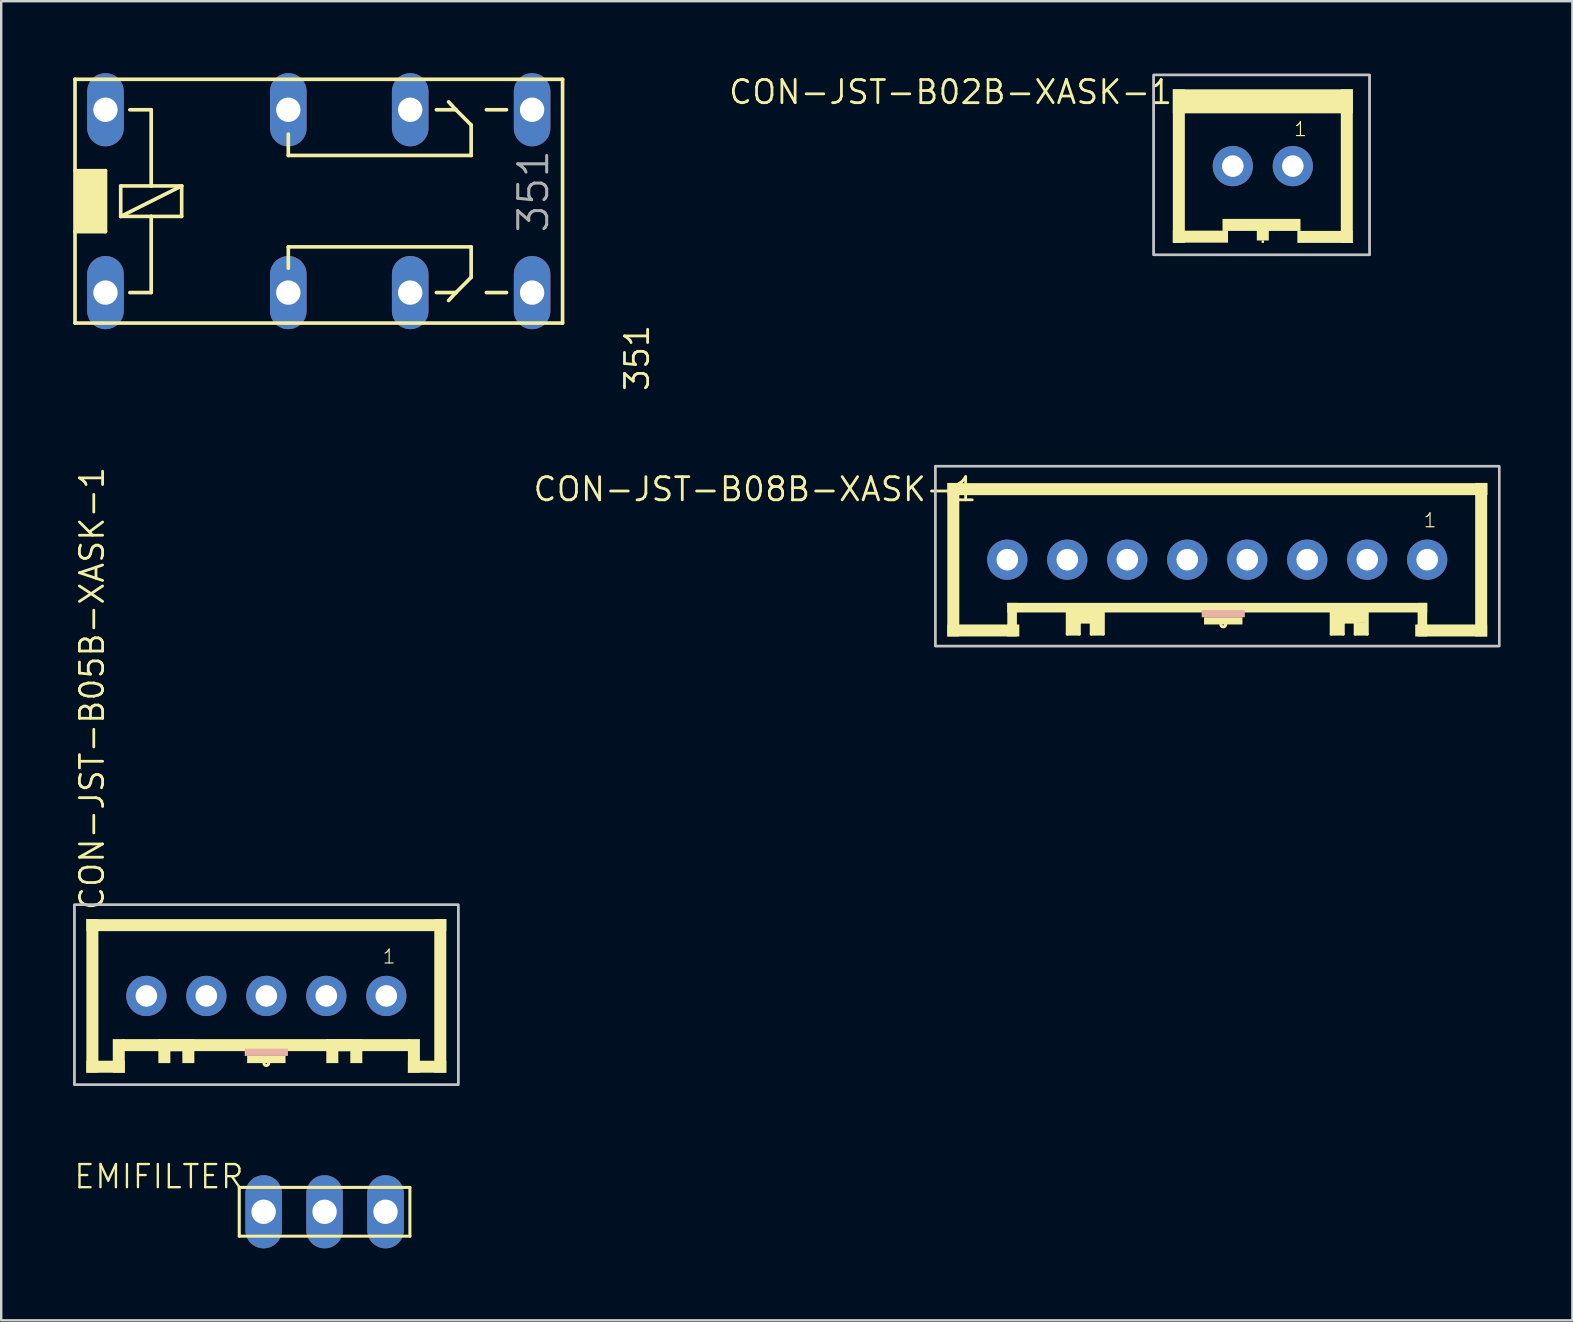
<source format=kicad_pcb>
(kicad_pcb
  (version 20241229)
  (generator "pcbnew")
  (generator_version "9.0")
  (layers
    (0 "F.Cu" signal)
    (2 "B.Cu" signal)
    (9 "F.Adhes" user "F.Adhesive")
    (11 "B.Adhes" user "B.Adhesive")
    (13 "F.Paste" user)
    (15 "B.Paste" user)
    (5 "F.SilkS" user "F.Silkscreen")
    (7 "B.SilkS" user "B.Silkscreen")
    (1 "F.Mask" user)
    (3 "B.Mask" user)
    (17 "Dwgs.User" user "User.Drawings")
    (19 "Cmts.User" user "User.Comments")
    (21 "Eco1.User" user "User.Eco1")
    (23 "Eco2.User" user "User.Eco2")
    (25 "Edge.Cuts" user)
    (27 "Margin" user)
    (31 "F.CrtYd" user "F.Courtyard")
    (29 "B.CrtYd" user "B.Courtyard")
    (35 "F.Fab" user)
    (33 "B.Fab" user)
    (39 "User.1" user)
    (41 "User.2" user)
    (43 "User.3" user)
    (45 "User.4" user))
  (footprint "CON-JST-B08B-XASK-1"
    (layer "F.Cu")
    (at 47.931 23.476)
    (property "Reference" "CON-JST-B08B-XASK-1" (at -10.2 -6.7 180) (layer "F.SilkS") (effects (font (size 0.965 0.965) (thickness 0.116)) (justify right top)))
    (attr through_hole)
    (fp_line (start -6.5 -1.1) (end -6.5 -0.1) (stroke (width 0.127) (type solid)) (layer "F.SilkS"))
    (fp_line (start -6.5 -0.1) (end -6 -0.1) (stroke (width 0.127) (type solid)) (layer "F.SilkS"))
    (fp_line (start -6 -0.6) (end -5.5 -0.6) (stroke (width 0.127) (type solid)) (layer "F.SilkS"))
    (fp_line (start -6 -0.1) (end -6 -0.6) (stroke (width 0.127) (type solid)) (layer "F.SilkS"))
    (fp_line (start -5.5 -0.6) (end -5.5 -0.1) (stroke (width 0.127) (type solid)) (layer "F.SilkS"))
    (fp_line (start -5.5 -0.1) (end -5 -0.1) (stroke (width 0.127) (type solid)) (layer "F.SilkS"))
    (fp_line (start -5 -0.1) (end -5 -1.1) (stroke (width 0.127) (type solid)) (layer "F.SilkS"))
    (fp_line (start 4.5 -1.1) (end 4.5 -0.1) (stroke (width 0.127) (type solid)) (layer "F.SilkS"))
    (fp_line (start 4.5 -0.1) (end 5 -0.1) (stroke (width 0.127) (type solid)) (layer "F.SilkS"))
    (fp_line (start 5 -0.6) (end 5.5 -0.6) (stroke (width 0.127) (type solid)) (layer "F.SilkS"))
    (fp_line (start 5 -0.1) (end 5 -0.6) (stroke (width 0.127) (type solid)) (layer "F.SilkS"))
    (fp_line (start 5.5 -0.6) (end 5.5 -0.1) (stroke (width 0.127) (type solid)) (layer "F.SilkS"))
    (fp_line (start 5.5 -0.1) (end 6 -0.1) (stroke (width 0.127) (type solid)) (layer "F.SilkS"))
    (fp_line (start 6 -0.1) (end 6 -1.1) (stroke (width 0.127) (type solid)) (layer "F.SilkS"))
    (fp_circle (center 0 -0.5) (end 0.1 -0.5) (stroke (width 0.127) (type solid)) (fill no) (layer "F.SilkS"))
    (fp_poly (pts (xy -11.5 0) (xy -11 0) (xy -11 -6.4) (xy -11.5 -6.4)) (stroke (width 0) (type solid)) (fill yes) (layer "F.SilkS"))
    (fp_poly (pts (xy -11.5 0) (xy -8.5 0) (xy -8.5 -0.5) (xy -11.5 -0.5)) (stroke (width 0) (type solid)) (fill yes) (layer "F.SilkS"))
    (fp_poly (pts (xy -11.49 -5.89) (xy 11.01 -5.89) (xy 11.01 -6.39) (xy -11.49 -6.39)) (stroke (width 0) (type solid)) (fill yes) (layer "F.SilkS"))
    (fp_poly (pts (xy -9 -1) (xy 8.5 -1) (xy 8.5 -1.4) (xy -9 -1.4)) (stroke (width 0) (type solid)) (fill yes) (layer "F.SilkS"))
    (fp_poly (pts (xy -9 0) (xy -8.6 0) (xy -8.6 -1.4) (xy -9 -1.4)) (stroke (width 0) (type solid)) (fill yes) (layer "F.SilkS"))
    (fp_poly (pts (xy -6.5 -0.6) (xy -5 -0.6) (xy -5 -1.1) (xy -6.5 -1.1)) (stroke (width 0) (type solid)) (fill yes) (layer "F.SilkS"))
    (fp_poly (pts (xy -6.5 -0.1) (xy -6 -0.1) (xy -6 -1.1) (xy -6.5 -1.1)) (stroke (width 0) (type solid)) (fill yes) (layer "F.SilkS"))
    (fp_poly (pts (xy -6 -0.6) (xy -5.5 -0.6) (xy -5.5 -1) (xy -6 -1)) (stroke (width 0) (type solid)) (fill yes) (layer "F.SilkS"))
    (fp_poly (pts (xy -5.5 -0.1) (xy -5 -0.1) (xy -5 -1) (xy -5.5 -1)) (stroke (width 0) (type solid)) (fill yes) (layer "F.SilkS"))
    (fp_poly (pts (xy -0.8 -0.5) (xy 0.8 -0.5) (xy 0.8 -0.8) (xy -0.8 -0.8)) (stroke (width 0) (type solid)) (fill yes) (layer "F.SilkS"))
    (fp_poly (pts (xy 4.5 -0.6) (xy 6 -0.6) (xy 6 -1.1) (xy 4.5 -1.1)) (stroke (width 0) (type solid)) (fill yes) (layer "F.SilkS"))
    (fp_poly (pts (xy 4.5 -0.1) (xy 5 -0.1) (xy 5 -1) (xy 4.5 -1)) (stroke (width 0) (type solid)) (fill yes) (layer "F.SilkS"))
    (fp_poly (pts (xy 4.9 -0.6) (xy 6 -0.6) (xy 6 -1) (xy 4.9 -1)) (stroke (width 0) (type solid)) (fill yes) (layer "F.SilkS"))
    (fp_poly (pts (xy 5.5 -0.1) (xy 6 -0.1) (xy 6 -0.6) (xy 5.5 -0.6)) (stroke (width 0) (type solid)) (fill yes) (layer "F.SilkS"))
    (fp_poly (pts (xy 8 0) (xy 11 0) (xy 11 -0.5) (xy 8 -0.5)) (stroke (width 0) (type solid)) (fill yes) (layer "F.SilkS"))
    (fp_poly (pts (xy 8.1 0) (xy 8.5 0) (xy 8.5 -1.4) (xy 8.1 -1.4)) (stroke (width 0) (type solid)) (fill yes) (layer "F.SilkS"))
    (fp_poly (pts (xy 10.5 0) (xy 11 0) (xy 11 -6.4) (xy 10.5 -6.4)) (stroke (width 0) (type solid)) (fill yes) (layer "F.SilkS"))
    (fp_poly (pts (xy 0.9 -1.1) (xy -0.9 -1.1) (xy -0.9 -0.8) (xy 0.9 -0.8)) (stroke (width 0) (type solid)) (fill yes) (layer "B.SilkS"))
    (fp_poly (pts (xy -12 0.4) (xy 11.5 0.4) (xy 11.5 -7.1) (xy -12 -7.1)) (stroke (width 0.1) (type solid)) (fill no) (layer "Dwgs.User"))
    (fp_poly (pts (xy -12 0.4) (xy 11.5 0.4) (xy 11.5 -7.1) (xy -12 -7.1)) (stroke (width 0.1) (type solid)) (fill no) (layer "Dwgs.User"))
    (fp_text user "1" (at 8.31 -4.5 0) (layer "F.SilkS") (effects (font (size 0.579 0.579) (thickness 0.049)) (justify left bottom)))
    (pad "1" thru_hole circle (at 8.5 -3.2) (size 1.676 1.676) (drill 0.9) (layers "*.Cu" "*.Mask"))
    (pad "2" thru_hole circle (at 6 -3.2) (size 1.676 1.676) (drill 0.9) (layers "*.Cu" "*.Mask"))
    (pad "3" thru_hole circle (at 3.5 -3.2) (size 1.676 1.676) (drill 0.9) (layers "*.Cu" "*.Mask"))
    (pad "4" thru_hole circle (at 1 -3.2) (size 1.676 1.676) (drill 0.9) (layers "*.Cu" "*.Mask"))
    (pad "5" thru_hole circle (at -1.5 -3.2) (size 1.676 1.676) (drill 0.9) (layers "*.Cu" "*.Mask"))
    (pad "6" thru_hole circle (at -4 -3.2) (size 1.676 1.676) (drill 0.9) (layers "*.Cu" "*.Mask"))
    (pad "7" thru_hole circle (at -6.5 -3.2) (size 1.676 1.676) (drill 0.9) (layers "*.Cu" "*.Mask"))
    (pad "8" thru_hole circle (at -9 -3.2) (size 1.676 1.676) (drill 0.9) (layers "*.Cu" "*.Mask")))
  (footprint "351"
    (layer "F.Cu")
    (at 5.156 5.334)
    (property "Reference" "351" (at 17.78 5.08 270) (layer "F.SilkS") (effects (font (size 0.965 0.965) (thickness 0.116)) (justify right top)))
    (attr through_hole)
    (fp_line (start -5.08 -5.08) (end -5.08 -1.27) (stroke (width 0.152) (type solid)) (layer "F.SilkS"))
    (fp_line (start -5.08 -1.27) (end -5.08 1.27) (stroke (width 0.152) (type solid)) (layer "F.SilkS"))
    (fp_line (start -5.08 -1.27) (end -3.81 -1.27) (stroke (width 0.152) (type solid)) (layer "F.SilkS"))
    (fp_line (start -5.08 1.27) (end -5.08 5.08) (stroke (width 0.152) (type solid)) (layer "F.SilkS"))
    (fp_line (start -5.08 5.08) (end 15.24 5.08) (stroke (width 0.152) (type solid)) (layer "F.SilkS"))
    (fp_line (start -3.81 -1.27) (end -3.81 1.27) (stroke (width 0.152) (type solid)) (layer "F.SilkS"))
    (fp_line (start -3.81 1.27) (end -5.08 1.27) (stroke (width 0.152) (type solid)) (layer "F.SilkS"))
    (fp_line (start -3.175 -0.635) (end -3.175 0.635) (stroke (width 0.152) (type solid)) (layer "F.SilkS"))
    (fp_line (start -3.175 0.635) (end -1.905 0.635) (stroke (width 0.152) (type solid)) (layer "F.SilkS"))
    (fp_line (start -3.175 0.635) (end -0.635 -0.635) (stroke (width 0.152) (type solid)) (layer "F.SilkS"))
    (fp_line (start -2.794 -3.81) (end -1.905 -3.81) (stroke (width 0.152) (type solid)) (layer "F.SilkS"))
    (fp_line (start -1.905 -3.81) (end -1.905 -0.635) (stroke (width 0.152) (type solid)) (layer "F.SilkS"))
    (fp_line (start -1.905 -0.635) (end -3.175 -0.635) (stroke (width 0.152) (type solid)) (layer "F.SilkS"))
    (fp_line (start -1.905 0.635) (end -1.905 3.81) (stroke (width 0.152) (type solid)) (layer "F.SilkS"))
    (fp_line (start -1.905 0.635) (end -0.635 0.635) (stroke (width 0.152) (type solid)) (layer "F.SilkS"))
    (fp_line (start -1.905 3.81) (end -2.794 3.81) (stroke (width 0.152) (type solid)) (layer "F.SilkS"))
    (fp_line (start -0.635 -0.635) (end -1.905 -0.635) (stroke (width 0.152) (type solid)) (layer "F.SilkS"))
    (fp_line (start -0.635 0.635) (end -0.635 -0.635) (stroke (width 0.152) (type solid)) (layer "F.SilkS"))
    (fp_line (start 3.81 -2.794) (end 3.81 -1.905) (stroke (width 0.152) (type solid)) (layer "F.SilkS"))
    (fp_line (start 3.81 -1.905) (end 11.43 -1.905) (stroke (width 0.152) (type solid)) (layer "F.SilkS"))
    (fp_line (start 3.81 1.905) (end 11.43 1.905) (stroke (width 0.152) (type solid)) (layer "F.SilkS"))
    (fp_line (start 3.81 2.794) (end 3.81 1.905) (stroke (width 0.152) (type solid)) (layer "F.SilkS"))
    (fp_line (start 9.982 -3.81) (end 10.795 -3.81) (stroke (width 0.152) (type solid)) (layer "F.SilkS"))
    (fp_line (start 9.982 3.81) (end 10.795 3.81) (stroke (width 0.152) (type solid)) (layer "F.SilkS"))
    (fp_line (start 10.795 -3.81) (end 10.49 -4.14) (stroke (width 0.152) (type solid)) (layer "F.SilkS"))
    (fp_line (start 10.795 3.81) (end 10.49 4.14) (stroke (width 0.152) (type solid)) (layer "F.SilkS"))
    (fp_line (start 11.43 -3.175) (end 10.795 -3.81) (stroke (width 0.152) (type solid)) (layer "F.SilkS"))
    (fp_line (start 11.43 -1.905) (end 11.43 -3.175) (stroke (width 0.152) (type solid)) (layer "F.SilkS"))
    (fp_line (start 11.43 1.905) (end 11.43 3.175) (stroke (width 0.152) (type solid)) (layer "F.SilkS"))
    (fp_line (start 11.43 3.175) (end 10.795 3.81) (stroke (width 0.152) (type solid)) (layer "F.SilkS"))
    (fp_line (start 12.065 -3.81) (end 12.903 -3.81) (stroke (width 0.152) (type solid)) (layer "F.SilkS"))
    (fp_line (start 12.065 3.81) (end 12.903 3.81) (stroke (width 0.152) (type solid)) (layer "F.SilkS"))
    (fp_line (start 15.24 -5.08) (end -5.08 -5.08) (stroke (width 0.152) (type solid)) (layer "F.SilkS"))
    (fp_line (start 15.24 5.08) (end 15.24 -5.08) (stroke (width 0.152) (type solid)) (layer "F.SilkS"))
    (fp_poly (pts (xy -5.08 1.27) (xy -3.81 1.27) (xy -3.81 -1.27) (xy -5.08 -1.27)) (stroke (width 0) (type solid)) (fill yes) (layer "F.SilkS"))
    (fp_text user "351" (at 14.732 1.397 90) (layer "F.Fab") (effects (font (size 1.206 1.206) (thickness 0.127)) (justify left bottom)))
    (pad "1" thru_hole oval (at -3.81 3.81 90) (size 3.048 1.524) (drill 1.016) (layers "*.Cu" "*.Mask"))
    (pad "16" thru_hole oval (at -3.81 -3.81 90) (size 3.048 1.524) (drill 1.016) (layers "*.Cu" "*.Mask"))
    (pad "O1" thru_hole oval (at 8.89 3.81 90) (size 3.048 1.524) (drill 1.016) (layers "*.Cu" "*.Mask"))
    (pad "O2" thru_hole oval (at 8.89 -3.81 90) (size 3.048 1.524) (drill 1.016) (layers "*.Cu" "*.Mask"))
    (pad "P1" thru_hole oval (at 3.81 3.81 90) (size 3.048 1.524) (drill 1.016) (layers "*.Cu" "*.Mask"))
    (pad "P2" thru_hole oval (at 3.81 -3.81 90) (size 3.048 1.524) (drill 1.016) (layers "*.Cu" "*.Mask"))
    (pad "S1" thru_hole oval (at 13.97 3.81 90) (size 3.048 1.524) (drill 1.016) (layers "*.Cu" "*.Mask"))
    (pad "S2" thru_hole oval (at 13.97 -3.81 90) (size 3.048 1.524) (drill 1.016) (layers "*.Cu" "*.Mask")))
  (footprint "CON-JST-B05B-XASK-1"
    (layer "F.Cu")
    (at 8.05 41.657)
    (property "Reference" "CON-JST-B05B-XASK-1" (at -6.7 -6.7 90) (layer "F.SilkS") (effects (font (size 0.965 0.965) (thickness 0.116)) (justify left bottom)))
    (attr through_hole)
    (fp_circle (center 0 -0.4) (end 0.1 -0.4) (stroke (width 0.127) (type solid)) (fill no) (layer "F.SilkS"))
    (fp_poly (pts (xy -7.5 -5.9) (xy 7.5 -5.9) (xy 7.5 -6.4) (xy -7.5 -6.4)) (stroke (width 0) (type solid)) (fill yes) (layer "F.SilkS"))
    (fp_poly (pts (xy -7.5 0) (xy -7 0) (xy -7 -6.4) (xy -7.5 -6.4)) (stroke (width 0) (type solid)) (fill yes) (layer "F.SilkS"))
    (fp_poly (pts (xy -7.5 0) (xy -5.9 0) (xy -5.9 -0.5) (xy -7.5 -0.5)) (stroke (width 0) (type solid)) (fill yes) (layer "F.SilkS"))
    (fp_poly (pts (xy -6.4 0) (xy -5.9 0) (xy -5.9 -1.4) (xy -6.4 -1.4)) (stroke (width 0) (type solid)) (fill yes) (layer "F.SilkS"))
    (fp_poly (pts (xy -6 -0.9) (xy 6 -0.9) (xy 6 -1.4) (xy -6 -1.4)) (stroke (width 0) (type solid)) (fill yes) (layer "F.SilkS"))
    (fp_poly (pts (xy -4.5 -0.9) (xy -3 -0.9) (xy -3 -1.4) (xy -4.5 -1.4)) (stroke (width 0) (type solid)) (fill yes) (layer "F.SilkS"))
    (fp_poly (pts (xy -4.5 -0.4) (xy -4 -0.4) (xy -4 -1.4) (xy -4.5 -1.4)) (stroke (width 0) (type solid)) (fill yes) (layer "F.SilkS"))
    (fp_poly (pts (xy -4 -0.9) (xy -3.5 -0.9) (xy -3.5 -1.3) (xy -4 -1.3)) (stroke (width 0) (type solid)) (fill yes) (layer "F.SilkS"))
    (fp_poly (pts (xy -3.5 -0.4) (xy -3 -0.4) (xy -3 -1.3) (xy -3.5 -1.3)) (stroke (width 0) (type solid)) (fill yes) (layer "F.SilkS"))
    (fp_poly (pts (xy -0.8 -0.4) (xy 0.8 -0.4) (xy 0.8 -0.7) (xy -0.8 -0.7)) (stroke (width 0) (type solid)) (fill yes) (layer "F.SilkS"))
    (fp_poly (pts (xy 2.5 -0.9) (xy 4 -0.9) (xy 4 -1.4) (xy 2.5 -1.4)) (stroke (width 0) (type solid)) (fill yes) (layer "F.SilkS"))
    (fp_poly (pts (xy 2.5 -0.4) (xy 3 -0.4) (xy 3 -1.4) (xy 2.5 -1.4)) (stroke (width 0) (type solid)) (fill yes) (layer "F.SilkS"))
    (fp_poly (pts (xy 3 -0.9) (xy 3.5 -0.9) (xy 3.5 -1.3) (xy 3 -1.3)) (stroke (width 0) (type solid)) (fill yes) (layer "F.SilkS"))
    (fp_poly (pts (xy 3.5 -0.4) (xy 4 -0.4) (xy 4 -1.3) (xy 3.5 -1.3)) (stroke (width 0) (type solid)) (fill yes) (layer "F.SilkS"))
    (fp_poly (pts (xy 5.9 0) (xy 6.4 0) (xy 6.4 -1.4) (xy 5.9 -1.4)) (stroke (width 0) (type solid)) (fill yes) (layer "F.SilkS"))
    (fp_poly (pts (xy 5.9 0) (xy 7.5 0) (xy 7.5 -0.5) (xy 5.9 -0.5)) (stroke (width 0) (type solid)) (fill yes) (layer "F.SilkS"))
    (fp_poly (pts (xy 7 0) (xy 7.5 0) (xy 7.5 -6.4) (xy 7 -6.4)) (stroke (width 0) (type solid)) (fill yes) (layer "F.SilkS"))
    (fp_poly (pts (xy 0.9 -1) (xy -0.9 -1) (xy -0.9 -0.7) (xy 0.9 -0.7)) (stroke (width 0) (type solid)) (fill yes) (layer "B.SilkS"))
    (fp_poly (pts (xy -8 0.5) (xy 8 0.5) (xy 8 -7) (xy -8 -7)) (stroke (width 0.1) (type solid)) (fill no) (layer "Dwgs.User"))
    (fp_poly (pts (xy -8 0.5) (xy 8 0.5) (xy 8 -7) (xy -8 -7)) (stroke (width 0.1) (type solid)) (fill no) (layer "Dwgs.User"))
    (fp_text user "1" (at 4.81 -4.5 0) (layer "F.SilkS") (effects (font (size 0.579 0.579) (thickness 0.049)) (justify left bottom)))
    (pad "1" thru_hole circle (at 5 -3.2) (size 1.676 1.676) (drill 0.9) (layers "*.Cu" "*.Mask"))
    (pad "2" thru_hole circle (at 2.5 -3.2) (size 1.676 1.676) (drill 0.9) (layers "*.Cu" "*.Mask"))
    (pad "3" thru_hole circle (at 0 -3.2) (size 1.676 1.676) (drill 0.9) (layers "*.Cu" "*.Mask"))
    (pad "4" thru_hole circle (at -2.5 -3.2) (size 1.676 1.676) (drill 0.9) (layers "*.Cu" "*.Mask"))
    (pad "5" thru_hole circle (at -5 -3.2) (size 1.676 1.676) (drill 0.9) (layers "*.Cu" "*.Mask")))
  (footprint "EMIFILTER"
    (layer "F.Cu")
    (at 10.477 47.453)
    (property "Reference" "EMIFILTER" (at -3.302 -2.032 180) (layer "F.SilkS") (effects (font (size 0.965 0.965) (thickness 0.097)) (justify right top)))
    (attr through_hole)
    (fp_line (start -3.556 -1.016) (end 3.556 -1.016) (stroke (width 0.127) (type solid)) (layer "F.SilkS"))
    (fp_line (start -3.556 1.016) (end -3.556 -1.016) (stroke (width 0.127) (type solid)) (layer "F.SilkS"))
    (fp_line (start 3.556 -1.016) (end 3.556 1.016) (stroke (width 0.127) (type solid)) (layer "F.SilkS"))
    (fp_line (start 3.556 1.016) (end -3.556 1.016) (stroke (width 0.127) (type solid)) (layer "F.SilkS"))
    (pad "1" thru_hole oval (at -2.54 0 90) (size 3.048 1.524) (drill 1.016) (layers "*.Cu" "*.Mask"))
    (pad "2" thru_hole oval (at 0 0 90) (size 3.048 1.524) (drill 1.016) (layers "*.Cu" "*.Mask"))
    (pad "3" thru_hole oval (at 2.54 0 90) (size 3.048 1.524) (drill 1.016) (layers "*.Cu" "*.Mask")))
  (footprint "CON-JST-B02B-XASK-1"
    (layer "F.Cu")
    (at 49.53 7.073)
    (property "Reference" "CON-JST-B02B-XASK-1" (at -3.65 -6.85 180) (layer "F.SilkS") (effects (font (size 0.965 0.965) (thickness 0.116)) (justify right top)))
    (attr through_hole)
    (fp_poly (pts (xy -3.7 -5.4) (xy 3.8 -5.4) (xy 3.8 -6.4) (xy -3.7 -6.4)) (stroke (width 0) (type solid)) (fill yes) (layer "F.SilkS"))
    (fp_poly (pts (xy -3.7 -0.01) (xy -1.4 -0.01) (xy -1.4 -0.51) (xy -3.7 -0.51)) (stroke (width 0) (type solid)) (fill yes) (layer "F.SilkS"))
    (fp_poly (pts (xy -3.7 0) (xy -3.2 0) (xy -3.2 -6.4) (xy -3.7 -6.4)) (stroke (width 0) (type solid)) (fill yes) (layer "F.SilkS"))
    (fp_poly (pts (xy -1.63 -0.5) (xy 1.62 -0.5) (xy 1.62 -1) (xy -1.63 -1)) (stroke (width 0) (type solid)) (fill yes) (layer "F.SilkS"))
    (fp_poly (pts (xy -0.2 -0.1) (xy 0.3 -0.1) (xy 0.3 -0.6) (xy -0.2 -0.6)) (stroke (width 0) (type solid)) (fill yes) (layer "F.SilkS"))
    (fp_poly (pts (xy 0 0) (xy 0.1 0) (xy 0.1 -0.1) (xy 0 -0.1)) (stroke (width 0) (type solid)) (fill yes) (layer "F.SilkS"))
    (fp_poly (pts (xy 1.49 0) (xy 3.79 0) (xy 3.79 -0.5) (xy 1.49 -0.5)) (stroke (width 0) (type solid)) (fill yes) (layer "F.SilkS"))
    (fp_poly (pts (xy 3.3 0) (xy 3.8 0) (xy 3.8 -6.4) (xy 3.3 -6.4)) (stroke (width 0) (type solid)) (fill yes) (layer "F.SilkS"))
    (fp_poly (pts (xy -4.5 0.5) (xy 4.5 0.5) (xy 4.5 -7) (xy -4.5 -7)) (stroke (width 0.1) (type solid)) (fill no) (layer "Dwgs.User"))
    (fp_poly (pts (xy -4.5 0.5) (xy 4.5 0.5) (xy 4.5 -7) (xy -4.5 -7)) (stroke (width 0.1) (type solid)) (fill no) (layer "Dwgs.User"))
    (fp_text user "1" (at 1.31 -4.4 0) (layer "F.SilkS") (effects (font (size 0.579 0.579) (thickness 0.049)) (justify left bottom)))
    (pad "1" thru_hole circle (at 1.3 -3.2) (size 1.676 1.676) (drill 0.9) (layers "*.Cu" "*.Mask"))
    (pad "2" thru_hole circle (at -1.2 -3.2) (size 1.676 1.676) (drill 0.9) (layers "*.Cu" "*.Mask")))
  (gr_rect
    (start -3 -3)
    (end 62.481 51.977)
    (stroke (width 0.1) (type default))
    (fill no)
    (layer "Edge.Cuts")))
</source>
